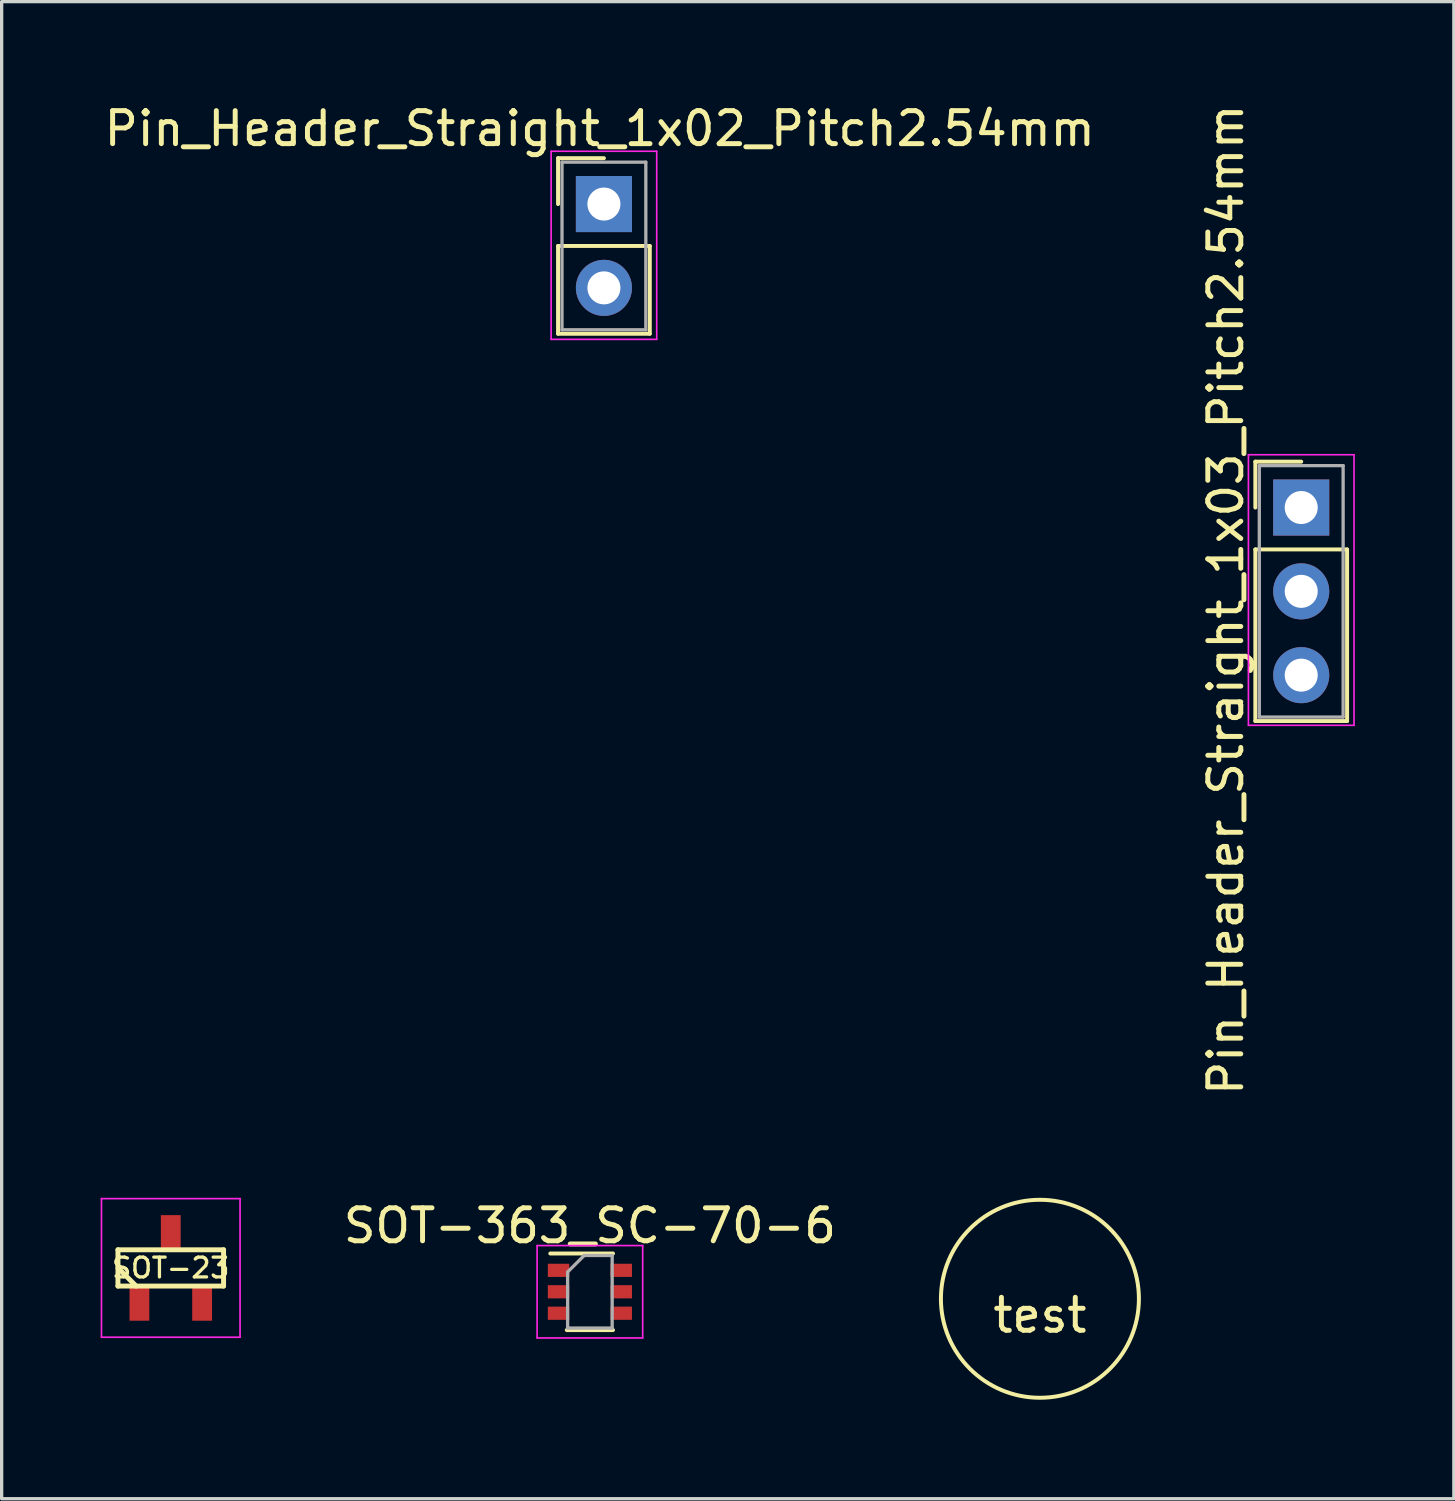
<source format=kicad_pcb>
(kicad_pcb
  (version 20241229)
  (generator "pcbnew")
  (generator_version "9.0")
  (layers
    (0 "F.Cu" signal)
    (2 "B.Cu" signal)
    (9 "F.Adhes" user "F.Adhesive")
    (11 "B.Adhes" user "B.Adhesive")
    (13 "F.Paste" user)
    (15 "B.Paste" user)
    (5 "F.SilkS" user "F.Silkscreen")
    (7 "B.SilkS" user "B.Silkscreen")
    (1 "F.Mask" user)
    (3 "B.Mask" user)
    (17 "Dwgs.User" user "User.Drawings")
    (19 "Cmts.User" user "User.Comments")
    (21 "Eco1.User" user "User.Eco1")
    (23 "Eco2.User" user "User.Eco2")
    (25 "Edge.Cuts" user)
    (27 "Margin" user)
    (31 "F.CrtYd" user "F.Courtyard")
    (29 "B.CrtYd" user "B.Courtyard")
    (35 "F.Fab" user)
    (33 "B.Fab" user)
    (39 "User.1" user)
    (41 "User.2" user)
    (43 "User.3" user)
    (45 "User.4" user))
  (footprint "Pin_Header_Straight_1x02_Pitch2.54mm"
    (layer "F.Cu")
    (at 15.252 3.134)
    (property "Reference" "Pin_Header_Straight_1x02_Pitch2.54mm" (at -0.127 -2.286 180) (layer "F.SilkS") (effects (font (size 1 1) (thickness 0.15))))
    (attr through_hole)
    (fp_line (start -1.39 -1.39) (end 0 -1.39) (stroke (width 0.12) (type solid)) (layer "F.SilkS"))
    (fp_line (start -1.39 0) (end -1.39 -1.39) (stroke (width 0.12) (type solid)) (layer "F.SilkS"))
    (fp_line (start -1.39 1.27) (end -1.39 3.93) (stroke (width 0.12) (type solid)) (layer "F.SilkS"))
    (fp_line (start -1.39 3.93) (end 1.39 3.93) (stroke (width 0.12) (type solid)) (layer "F.SilkS"))
    (fp_line (start 1.39 1.27) (end -1.39 1.27) (stroke (width 0.12) (type solid)) (layer "F.SilkS"))
    (fp_line (start 1.39 3.93) (end 1.39 1.27) (stroke (width 0.12) (type solid)) (layer "F.SilkS"))
    (fp_line (start -1.6 -1.6) (end -1.6 4.1) (stroke (width 0.05) (type solid)) (layer "F.CrtYd"))
    (fp_line (start -1.6 4.1) (end 1.6 4.1) (stroke (width 0.05) (type solid)) (layer "F.CrtYd"))
    (fp_line (start 1.6 -1.6) (end -1.6 -1.6) (stroke (width 0.05) (type solid)) (layer "F.CrtYd"))
    (fp_line (start 1.6 4.1) (end 1.6 -1.6) (stroke (width 0.05) (type solid)) (layer "F.CrtYd"))
    (fp_line (start -1.27 -1.27) (end -1.27 3.81) (stroke (width 0.1) (type solid)) (layer "F.Fab"))
    (fp_line (start -1.27 3.81) (end 1.27 3.81) (stroke (width 0.1) (type solid)) (layer "F.Fab"))
    (fp_line (start 1.27 -1.27) (end -1.27 -1.27) (stroke (width 0.1) (type solid)) (layer "F.Fab"))
    (fp_line (start 1.27 3.81) (end 1.27 -1.27) (stroke (width 0.1) (type solid)) (layer "F.Fab"))
    (pad "1" thru_hole rect (at 0 0) (size 1.7 1.7) (drill 1) (layers "*.Cu" "*.Mask"))
    (pad "2" thru_hole oval (at 0 2.54) (size 1.7 1.7) (drill 1) (layers "*.Cu" "*.Mask")))
  (footprint "SOT-363_SC-70-6"
    (layer "F.Cu")
    (at 14.827 36.098)
    (property "Reference" "SOT-363_SC-70-6" (at 0 -2 0) (layer "F.SilkS") (effects (font (size 1 1) (thickness 0.15))))
    (attr smd)
    (fp_line (start -0.7 1.16) (end 0.7 1.16) (stroke (width 0.12) (type solid)) (layer "F.SilkS"))
    (fp_line (start 0.7 -1.16) (end -1.2 -1.16) (stroke (width 0.12) (type solid)) (layer "F.SilkS"))
    (fp_line (start -1.6 -1.4) (end -1.6 1.4) (stroke (width 0.05) (type solid)) (layer "F.CrtYd"))
    (fp_line (start -1.6 -1.4) (end 1.6 -1.4) (stroke (width 0.05) (type solid)) (layer "F.CrtYd"))
    (fp_line (start -1.6 1.4) (end 1.6 1.4) (stroke (width 0.05) (type solid)) (layer "F.CrtYd"))
    (fp_line (start 1.6 1.4) (end 1.6 -1.4) (stroke (width 0.05) (type solid)) (layer "F.CrtYd"))
    (fp_line (start -0.675 -0.6) (end -0.675 1.1) (stroke (width 0.1) (type solid)) (layer "F.Fab"))
    (fp_line (start -0.175 -1.1) (end -0.675 -0.6) (stroke (width 0.1) (type solid)) (layer "F.Fab"))
    (fp_line (start 0.675 -1.1) (end -0.175 -1.1) (stroke (width 0.1) (type solid)) (layer "F.Fab"))
    (fp_line (start 0.675 -1.1) (end 0.675 1.1) (stroke (width 0.1) (type solid)) (layer "F.Fab"))
    (fp_line (start 0.675 1.1) (end -0.675 1.1) (stroke (width 0.1) (type solid)) (layer "F.Fab"))
    (pad "1" smd rect (at -0.95 -0.65) (size 0.65 0.4) (layers "F.Cu" "F.Mask" "F.Paste"))
    (pad "2" smd rect (at -0.95 0) (size 0.65 0.4) (layers "F.Cu" "F.Mask" "F.Paste"))
    (pad "3" smd rect (at -0.95 0.65) (size 0.65 0.4) (layers "F.Cu" "F.Mask" "F.Paste"))
    (pad "4" smd rect (at 0.95 0.65) (size 0.65 0.4) (layers "F.Cu" "F.Mask" "F.Paste"))
    (pad "5" smd rect (at 0.95 0) (size 0.65 0.4) (layers "F.Cu" "F.Mask" "F.Paste"))
    (pad "6" smd rect (at 0.95 -0.65) (size 0.65 0.4) (layers "F.Cu" "F.Mask" "F.Paste")))
  (footprint "test"
    (layer "F.Cu")
    (at 28.465 36.31)
    (property "Reference" "test" (at 0 0.5 0) (layer "F.SilkS") (effects (font (size 1 1) (thickness 0.15))))
    (attr through_hole)
    (fp_circle (center 0 0) (end 3 0) (stroke (width 0.12) (type solid)) (fill no) (layer "F.SilkS")))
  (footprint "Pin_Header_Straight_1x03_Pitch2.54mm"
    (layer "F.Cu")
    (at 36.384 12.331)
    (property "Reference" "Pin_Header_Straight_1x03_Pitch2.54mm" (at -2.286 2.794 90) (layer "F.SilkS") (effects (font (size 1 1) (thickness 0.15))))
    (attr through_hole)
    (fp_line (start -1.39 -1.39) (end 0 -1.39) (stroke (width 0.12) (type solid)) (layer "F.SilkS"))
    (fp_line (start -1.39 0) (end -1.39 -1.39) (stroke (width 0.12) (type solid)) (layer "F.SilkS"))
    (fp_line (start -1.39 1.27) (end -1.39 6.47) (stroke (width 0.12) (type solid)) (layer "F.SilkS"))
    (fp_line (start -1.39 6.47) (end 1.39 6.47) (stroke (width 0.12) (type solid)) (layer "F.SilkS"))
    (fp_line (start 1.39 1.27) (end -1.39 1.27) (stroke (width 0.12) (type solid)) (layer "F.SilkS"))
    (fp_line (start 1.39 6.47) (end 1.39 1.27) (stroke (width 0.12) (type solid)) (layer "F.SilkS"))
    (fp_line (start -1.6 -1.6) (end -1.6 6.6) (stroke (width 0.05) (type solid)) (layer "F.CrtYd"))
    (fp_line (start -1.6 6.6) (end 1.6 6.6) (stroke (width 0.05) (type solid)) (layer "F.CrtYd"))
    (fp_line (start 1.6 -1.6) (end -1.6 -1.6) (stroke (width 0.05) (type solid)) (layer "F.CrtYd"))
    (fp_line (start 1.6 6.6) (end 1.6 -1.6) (stroke (width 0.05) (type solid)) (layer "F.CrtYd"))
    (fp_line (start -1.27 -1.27) (end -1.27 6.35) (stroke (width 0.1) (type solid)) (layer "F.Fab"))
    (fp_line (start -1.27 6.35) (end 1.27 6.35) (stroke (width 0.1) (type solid)) (layer "F.Fab"))
    (fp_line (start 1.27 -1.27) (end -1.27 -1.27) (stroke (width 0.1) (type solid)) (layer "F.Fab"))
    (fp_line (start 1.27 6.35) (end 1.27 -1.27) (stroke (width 0.1) (type solid)) (layer "F.Fab"))
    (pad "1" thru_hole rect (at 0 0) (size 1.7 1.7) (drill 1) (layers "*.Cu" "*.Mask"))
    (pad "2" thru_hole oval (at 0 2.54) (size 1.7 1.7) (drill 1) (layers "*.Cu" "*.Mask"))
    (pad "3" thru_hole oval (at 0 5.08) (size 1.7 1.7) (drill 1) (layers "*.Cu" "*.Mask")))
  (footprint "SOT-23"
    (layer "F.Cu")
    (at 2.125 35.375)
    (property "Reference" "SOT-23" (at 0 0 0) (layer "F.SilkS") (effects (font (size 0.6 0.6) (thickness 0.1))))
    (attr through_hole)
    (fp_line (start -1.6 -0.55) (end -1.6 0.55) (stroke (width 0.15) (type solid)) (layer "F.SilkS"))
    (fp_line (start -1.6 -0.55) (end 1.6 -0.55) (stroke (width 0.15) (type solid)) (layer "F.SilkS"))
    (fp_line (start -1.6 0) (end -1.05 0.55) (stroke (width 0.15) (type solid)) (layer "F.SilkS"))
    (fp_line (start -1.6 0.55) (end 1.6 0.55) (stroke (width 0.15) (type solid)) (layer "F.SilkS"))
    (fp_line (start 1.6 -0.55) (end 1.6 0.55) (stroke (width 0.15) (type solid)) (layer "F.SilkS"))
    (fp_line (start -2.1 -2.1) (end -2.1 2.1) (stroke (width 0.05) (type solid)) (layer "F.CrtYd"))
    (fp_line (start -2.1 -2.1) (end 2.1 -2.1) (stroke (width 0.05) (type solid)) (layer "F.CrtYd"))
    (fp_line (start -2.1 2.1) (end 2.1 2.1) (stroke (width 0.05) (type solid)) (layer "F.CrtYd"))
    (fp_line (start 2.1 -2.1) (end 2.1 2.1) (stroke (width 0.05) (type solid)) (layer "F.CrtYd"))
    (pad "1" smd rect (at -0.95 1.1) (size 0.6 1) (layers "F.Cu" "F.Mask"))
    (pad "2" smd rect (at 0.95 1.1) (size 0.6 1) (layers "F.Cu" "F.Mask"))
    (pad "3" smd rect (at 0 -1.1) (size 0.6 1) (layers "F.Cu" "F.Mask")))
  (gr_rect
    (start -3 -3)
    (end 41.009 42.37)
    (stroke (width 0.1) (type default))
    (fill no)
    (layer "Edge.Cuts")))
</source>
